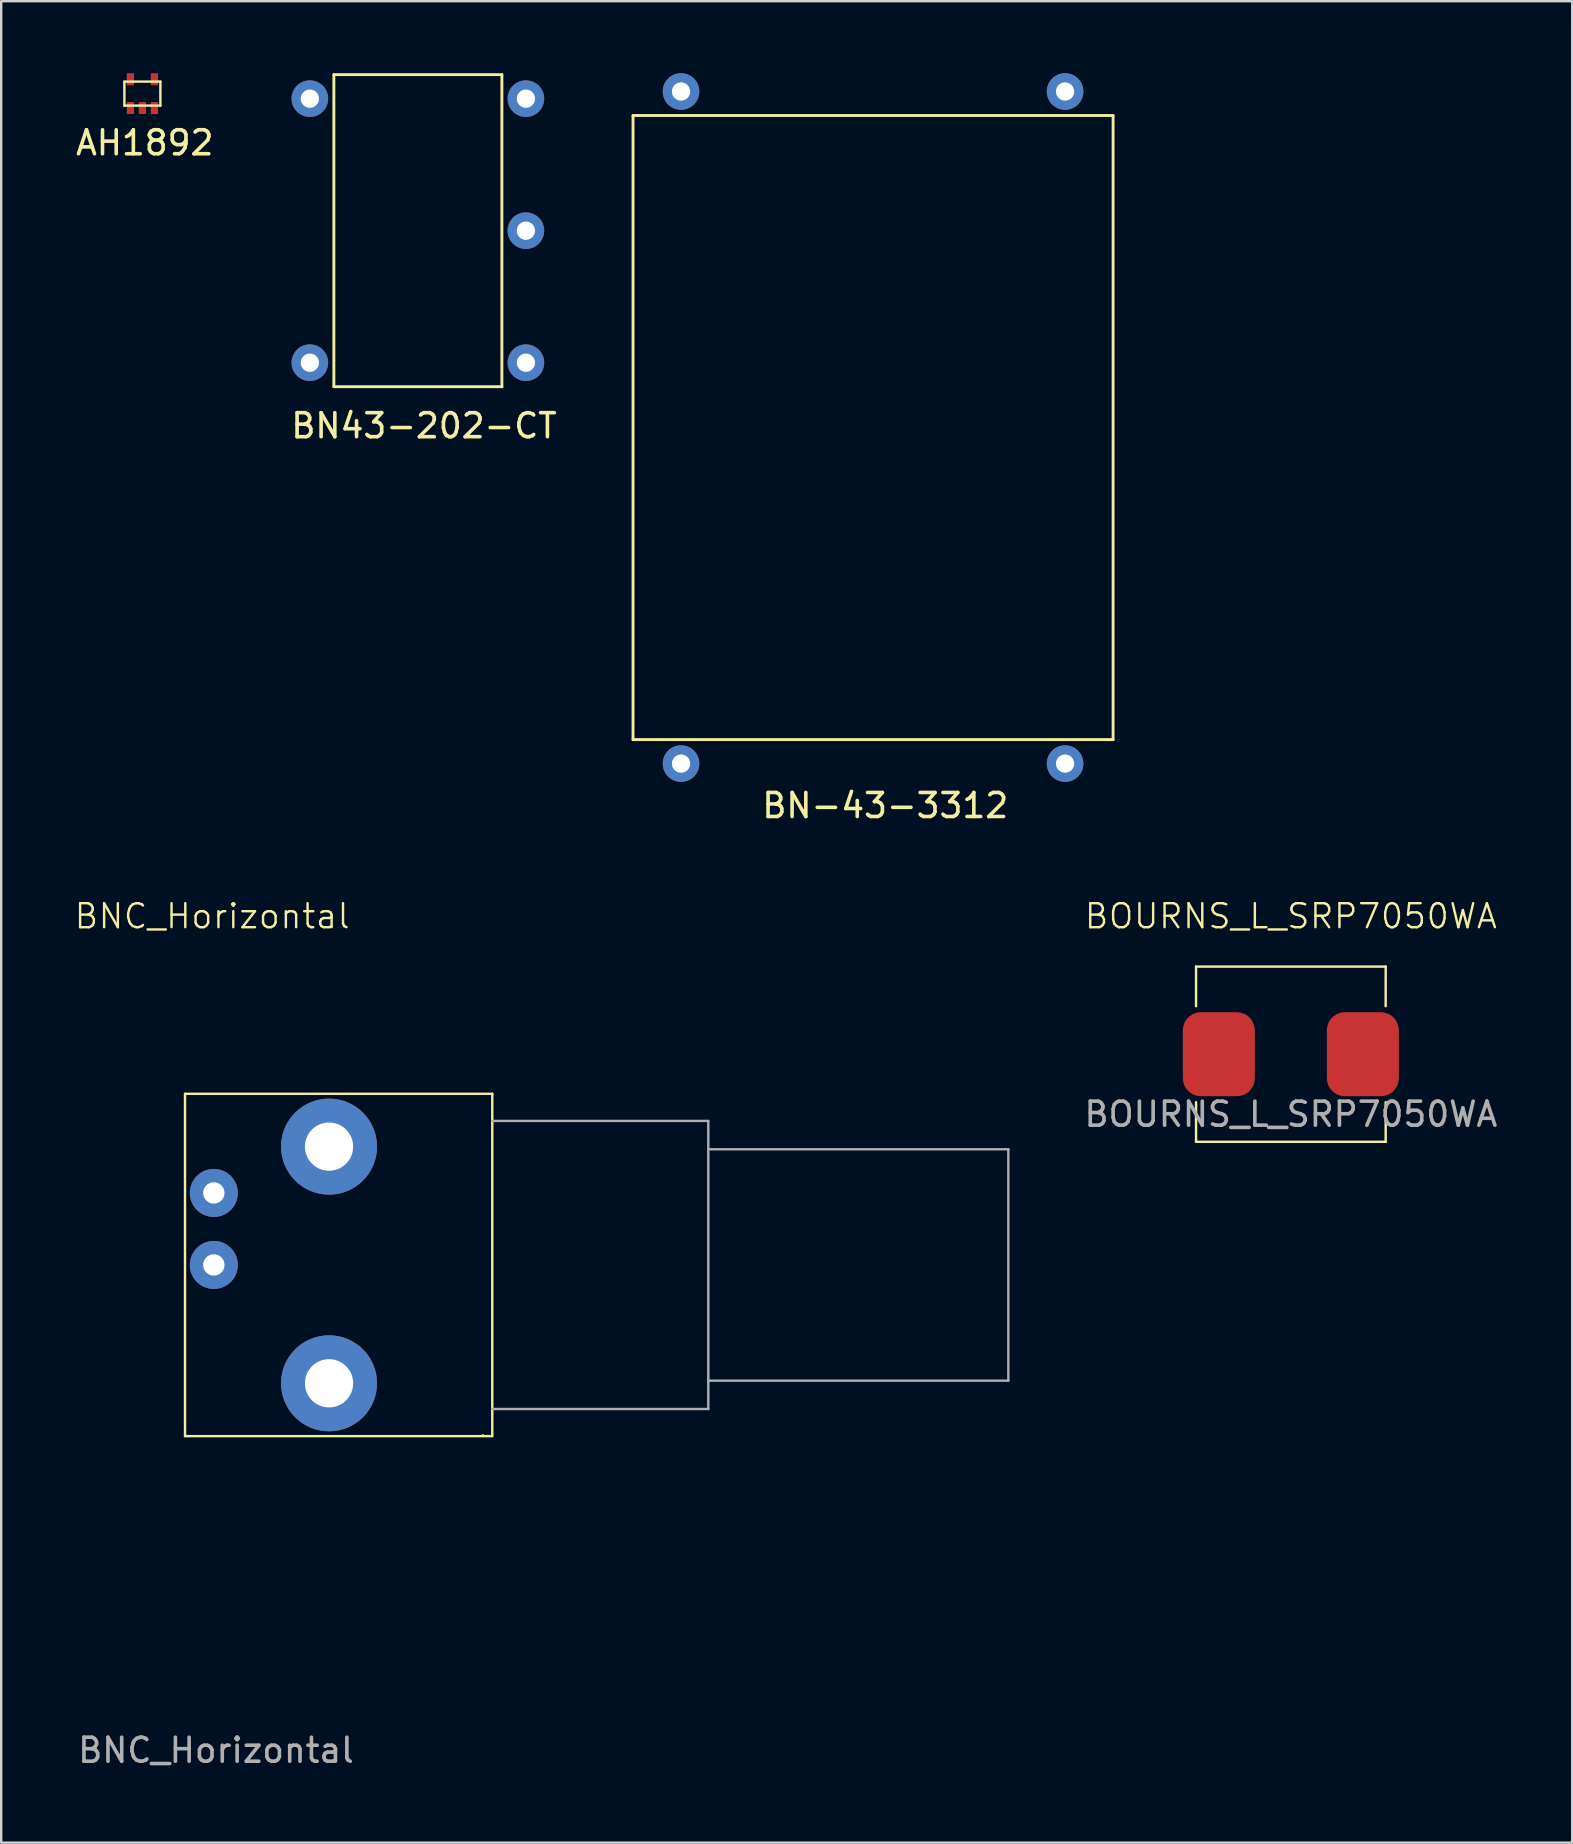
<source format=kicad_pcb>
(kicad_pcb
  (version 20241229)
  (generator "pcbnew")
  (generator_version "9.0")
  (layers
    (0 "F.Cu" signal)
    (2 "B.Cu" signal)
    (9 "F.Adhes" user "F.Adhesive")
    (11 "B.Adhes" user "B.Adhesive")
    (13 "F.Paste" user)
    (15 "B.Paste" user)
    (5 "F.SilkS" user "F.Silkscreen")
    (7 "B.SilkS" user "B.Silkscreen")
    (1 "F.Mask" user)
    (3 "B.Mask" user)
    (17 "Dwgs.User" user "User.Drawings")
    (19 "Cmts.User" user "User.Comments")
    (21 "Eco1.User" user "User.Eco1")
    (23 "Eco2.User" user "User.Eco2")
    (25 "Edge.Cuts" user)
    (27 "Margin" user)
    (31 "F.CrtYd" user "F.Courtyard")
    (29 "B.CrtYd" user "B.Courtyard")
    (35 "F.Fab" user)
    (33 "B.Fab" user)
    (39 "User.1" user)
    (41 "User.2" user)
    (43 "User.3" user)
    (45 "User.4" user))
  (footprint "BOURNS_L_SRP7050WA"
    (layer "F.Cu")
    (at 50.728 40.869)
    (property "Reference" "BOURNS_L_SRP7050WA" (at 0 -5.75 0) (unlocked yes) (layer "F.SilkS") (effects (font (size 1 1) (thickness 0.1))))
    (attr smd)
    (fp_line (start -3.95 -3.65) (end -3.95 -2) (stroke (width 0.1) (type default)) (layer "F.SilkS"))
    (fp_line (start -3.95 -3.65) (end 3.95 -3.65) (stroke (width 0.1) (type default)) (layer "F.SilkS"))
    (fp_line (start -3.95 3.65) (end -3.95 2) (stroke (width 0.1) (type default)) (layer "F.SilkS"))
    (fp_line (start 3.95 -3.65) (end 3.95 -2) (stroke (width 0.1) (type default)) (layer "F.SilkS"))
    (fp_line (start 3.95 2) (end 3.95 3.65) (stroke (width 0.1) (type default)) (layer "F.SilkS"))
    (fp_line (start 3.95 3.65) (end -3.95 3.65) (stroke (width 0.1) (type default)) (layer "F.SilkS"))
    (fp_text user "${REFERENCE}" (at 0 2.5 0) (unlocked yes) (layer "F.Fab") (effects (font (size 1 1) (thickness 0.15))))
    (pad "1" smd roundrect (at -3 0) (size 3 3.5) (layers "F.Cu" "F.Mask" "F.Paste") (roundrect_rratio 0.25))
    (pad "2" smd roundrect (at 3 0) (size 3 3.5) (layers "F.Cu" "F.Mask" "F.Paste") (roundrect_rratio 0.25)))
  (footprint "BN43-202-CT"
    (layer "F.Cu")
    (at 14.359 6.56)
    (property "Reference" "BN43-202-CT" (at 0.254 8.128 0) (layer "F.SilkS") (effects (font (size 1 1) (thickness 0.15))))
    (attr through_hole)
    (fp_line (start -3.5 -6.5) (end 3.5 -6.5) (stroke (width 0.12) (type solid)) (layer "F.SilkS"))
    (fp_line (start -3.5 6.5) (end -3.5 -6.5) (stroke (width 0.12) (type solid)) (layer "F.SilkS"))
    (fp_line (start 3.5 -6.5) (end 3.5 6.5) (stroke (width 0.12) (type solid)) (layer "F.SilkS"))
    (fp_line (start 3.5 6.5) (end -3.5 6.5) (stroke (width 0.12) (type solid)) (layer "F.SilkS"))
    (pad "1" thru_hole circle (at 4.5 -5.5) (size 1.524 1.524) (drill 0.762) (layers "*.Cu" "*.Mask"))
    (pad "2" thru_hole circle (at 4.5 0) (size 1.524 1.524) (drill 0.762) (layers "*.Cu" "*.Mask"))
    (pad "3" thru_hole circle (at 4.5 5.5) (size 1.524 1.524) (drill 0.762) (layers "*.Cu" "*.Mask"))
    (pad "4" thru_hole circle (at -4.5 5.5) (size 1.524 1.524) (drill 0.762) (layers "*.Cu" "*.Mask"))
    (pad "5" thru_hole circle (at -4.5 -5.5) (size 1.524 1.524) (drill 0.762) (layers "*.Cu" "*.Mask")))
  (footprint "BN-43-3312"
    (layer "F.Cu")
    (at 33.322 14.762)
    (property "Reference" "BN-43-3312" (at 0.508 15.748 0) (layer "F.SilkS") (effects (font (size 1 1) (thickness 0.15))))
    (attr through_hole)
    (fp_line (start -10 -13) (end 10 -13) (stroke (width 0.12) (type solid)) (layer "F.SilkS"))
    (fp_line (start -10 13) (end -10 -13) (stroke (width 0.12) (type solid)) (layer "F.SilkS"))
    (fp_line (start 10 -13) (end 10 13) (stroke (width 0.12) (type solid)) (layer "F.SilkS"))
    (fp_line (start 10 13) (end -10 13) (stroke (width 0.12) (type solid)) (layer "F.SilkS"))
    (pad "1" thru_hole circle (at -8 -14) (size 1.524 1.524) (drill 0.762) (layers "*.Cu" "*.Mask"))
    (pad "2" thru_hole circle (at 8 -14) (size 1.524 1.524) (drill 0.762) (layers "*.Cu" "*.Mask"))
    (pad "3" thru_hole circle (at 8 14) (size 1.524 1.524) (drill 0.762) (layers "*.Cu" "*.Mask"))
    (pad "4" thru_hole circle (at -8 14) (size 1.524 1.524) (drill 0.762) (layers "*.Cu" "*.Mask")))
  (footprint "BNC_Horizontal"
    (layer "F.Cu")
    (at 5.858 49.649)
    (property "Reference" "BNC_Horizontal" (at -0.07 -14.53 0) (unlocked yes) (layer "F.SilkS") (effects (font (size 1 1) (thickness 0.1))))
    (attr through_hole)
    (fp_line (start -1.2 -7.13) (end -1.2 7.13) (stroke (width 0.1) (type default)) (layer "F.SilkS"))
    (fp_line (start -1.2 -7.13) (end 11.6 -7.13) (stroke (width 0.1) (type default)) (layer "F.SilkS"))
    (fp_line (start -1.2 7.13) (end 11.6 7.13) (stroke (width 0.1) (type default)) (layer "F.SilkS"))
    (fp_line (start 11.21 7.1) (end 11.21 7.1) (stroke (width 0.1) (type default)) (layer "F.SilkS"))
    (fp_line (start 11.6 7.13) (end 11.6 -7.13) (stroke (width 0.1) (type default)) (layer "F.SilkS"))
    (fp_line (start 11.6 -6) (end 20.6 -6) (stroke (width 0.1) (type default)) (layer "F.Fab"))
    (fp_line (start 20.6 -6) (end 20.6 6) (stroke (width 0.1) (type default)) (layer "F.Fab"))
    (fp_line (start 20.6 -4.82) (end 33.1 -4.82) (stroke (width 0.1) (type default)) (layer "F.Fab"))
    (fp_line (start 20.6 4.82) (end 33.1 4.82) (stroke (width 0.1) (type default)) (layer "F.Fab"))
    (fp_line (start 20.6 6) (end 11.6 6) (stroke (width 0.1) (type default)) (layer "F.Fab"))
    (fp_line (start 33.1 4.82) (end 33.1 -4.82) (stroke (width 0.1) (type default)) (layer "F.Fab"))
    (fp_text user "${REFERENCE}" (at 0.09 20.22 0) (unlocked yes) (layer "F.Fab") (effects (font (size 1 1) (thickness 0.15))))
    (pad "" np_thru_hole circle (at 4.8 -4.93) (size 4 4) (drill 2.01) (layers "*.Cu" "*.Mask"))
    (pad "" np_thru_hole circle (at 4.8 4.93) (size 4 4) (drill 2.01) (layers "*.Cu" "*.Mask"))
    (pad "1" thru_hole circle (at 0 0) (size 2 2) (drill 0.89) (layers "*.Cu" "*.Mask"))
    (pad "2" thru_hole circle (at 0 -3) (size 2 2) (drill 0.89) (layers "*.Cu" "*.Mask")))
  (footprint "AH1892"
    (layer "F.Cu")
    (at 2.882 0.85)
    (property "Reference" "AH1892" (at 0.1 2.05 0) (layer "F.SilkS") (effects (font (size 1 1) (thickness 0.15))))
    (attr through_hole)
    (fp_line (start -0.75 -0.5) (end -0.75 0.5) (stroke (width 0.1) (type solid)) (layer "F.SilkS"))
    (fp_line (start -0.75 0.5) (end 0.75 0.5) (stroke (width 0.1) (type solid)) (layer "F.SilkS"))
    (fp_line (start 0.75 -0.5) (end -0.75 -0.5) (stroke (width 0.1) (type solid)) (layer "F.SilkS"))
    (fp_line (start 0.75 0.5) (end 0.75 -0.5) (stroke (width 0.1) (type solid)) (layer "F.SilkS"))
    (pad "1" smd rect (at -0.5 0.6) (size 0.3 0.5) (layers "F.Cu" "F.Mask" "F.Paste"))
    (pad "2" smd rect (at 0 0.6) (size 0.3 0.5) (layers "F.Cu" "F.Mask" "F.Paste"))
    (pad "3" smd rect (at 0.5 0.6) (size 0.3 0.5) (layers "F.Cu" "F.Mask" "F.Paste"))
    (pad "4" smd rect (at 0.5 -0.6) (size 0.3 0.5) (layers "F.Cu" "F.Mask" "F.Paste"))
    (pad "5" smd rect (at -0.5 -0.6) (size 0.3 0.5) (layers "F.Cu" "F.Mask" "F.Paste")))
  (gr_rect
    (start -3 -3)
    (end 62.449 73.717)
    (stroke (width 0.1) (type default))
    (fill no)
    (layer "Edge.Cuts")))
</source>
